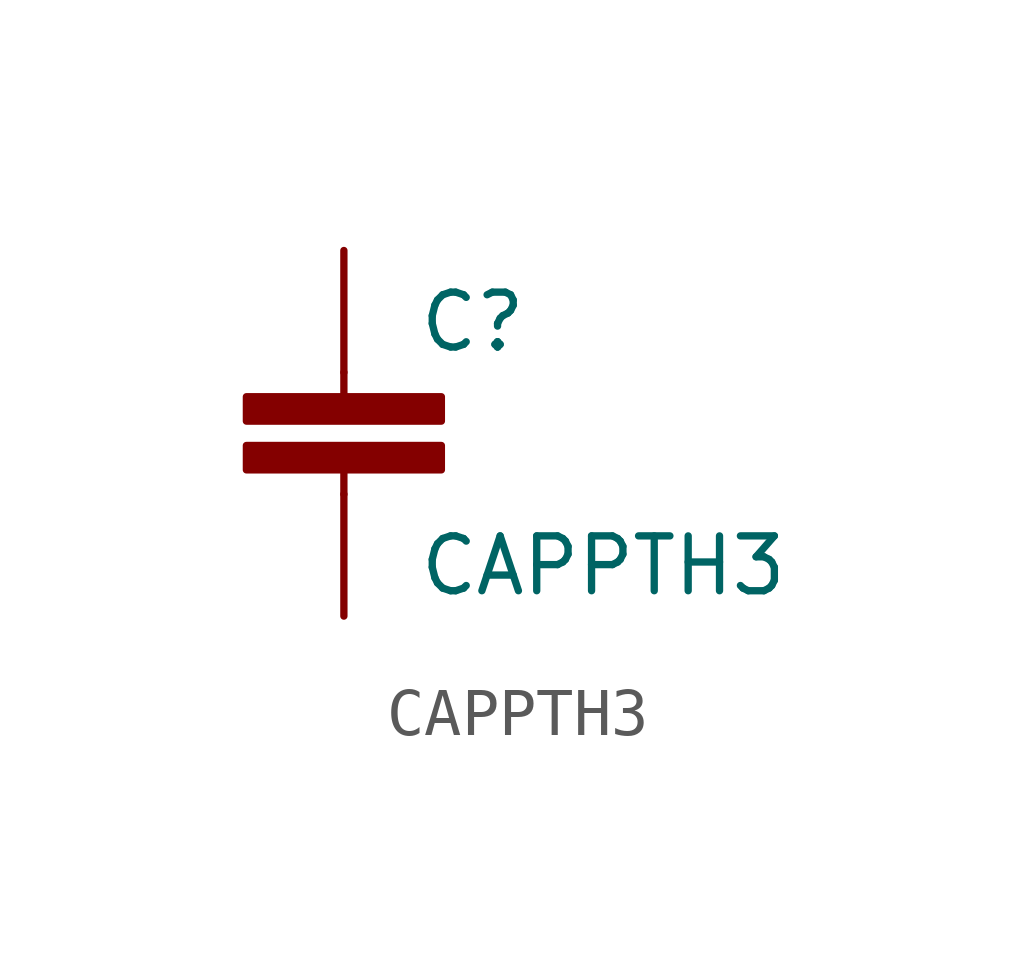
<source format=kicad_sym>
(kicad_symbol_lib
  (version 20211014)
  (generator kicad_symbol_editor)
  (symbol "CAPPTH3"
    (pin_numbers hide)
    (pin_names
      (offset 1.016) hide)
    (property "Reference" "C"
      (at 1.524 2.921 0)
      (effects (font (size 1.143 1.143)) (justify left bottom)))
    (property "Value" "CAPPTH3"
      (at 1.524 -2.159 0)
      (effects (font (size 1.143 1.143)) (justify left bottom)))
    (property "ki_locked" ""
      (at 0 0 0)
      (effects (font (size 1.27 1.27))))
    (symbol "CAPPTH3_1_0"
      (polyline (pts (xy 0 0) (xy 0 0.508)) (stroke (width 0) (type default) (color 0 0 0 0)) (fill (type none)))
      (polyline (pts (xy 0 2.54) (xy 0 2.032)) (stroke (width 0) (type default) (color 0 0 0 0)) (fill (type none))))
    (symbol "CAPPTH3_1_1"
      (rectangle (start -2.032 0.508) (end 2.032 1.016) (stroke (width 0) (type default) (color 0 0 0 0)) (fill (type outline)))
      (rectangle (start -2.032 1.524) (end 2.032 2.032) (stroke (width 0) (type default) (color 0 0 0 0)) (fill (type outline)))
      (pin passive line (at 0 5.08 270) (length 2.54) (name "1" (effects (font (size 1.016 1.016)))) (number "1" (effects (font (size 1.016 1.016)))))
      (pin passive line (at 0 -2.54 90) (length 2.54) (name "2" (effects (font (size 1.016 1.016)))) (number "2" (effects (font (size 1.016 1.016))))))))
</source>
